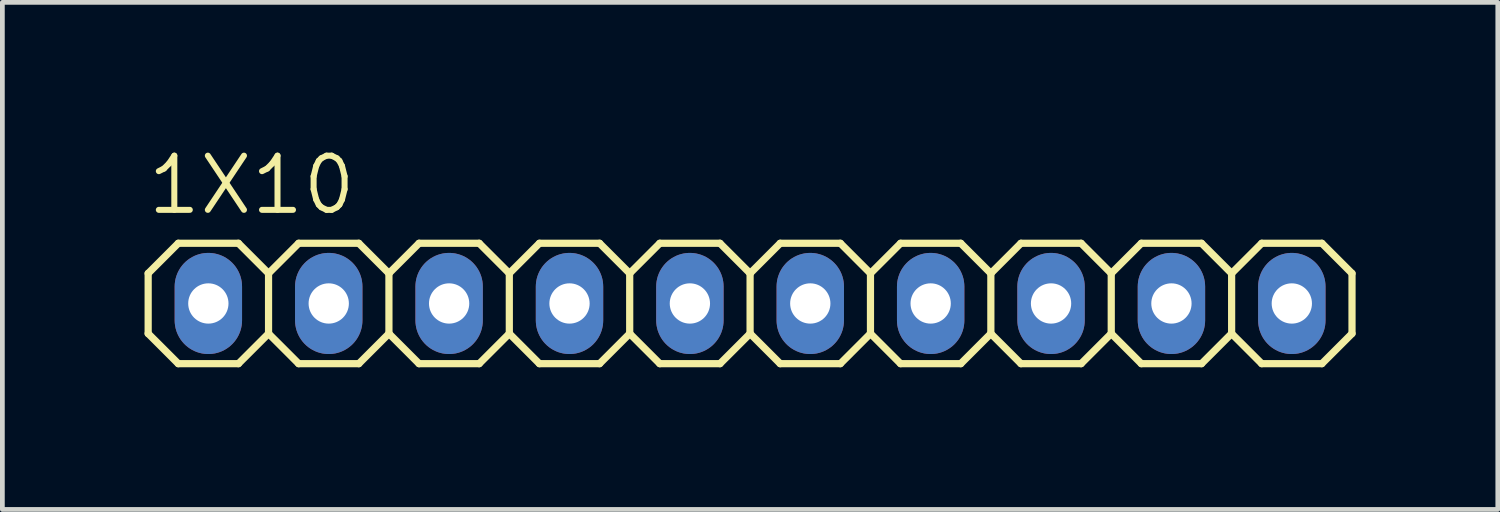
<source format=kicad_pcb>
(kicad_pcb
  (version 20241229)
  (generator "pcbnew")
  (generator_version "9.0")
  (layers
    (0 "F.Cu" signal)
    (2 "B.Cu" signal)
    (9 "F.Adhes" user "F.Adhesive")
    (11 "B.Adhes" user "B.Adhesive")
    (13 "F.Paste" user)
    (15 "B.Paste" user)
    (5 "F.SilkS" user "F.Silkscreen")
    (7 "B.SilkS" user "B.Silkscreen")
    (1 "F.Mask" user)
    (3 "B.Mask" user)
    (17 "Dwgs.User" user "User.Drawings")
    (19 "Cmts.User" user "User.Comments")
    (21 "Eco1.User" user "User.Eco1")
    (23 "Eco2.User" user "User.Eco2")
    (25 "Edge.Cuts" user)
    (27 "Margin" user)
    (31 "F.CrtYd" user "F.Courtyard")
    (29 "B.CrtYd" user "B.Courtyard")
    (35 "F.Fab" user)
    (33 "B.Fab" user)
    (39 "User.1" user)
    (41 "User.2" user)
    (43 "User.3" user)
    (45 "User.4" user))
  (footprint "1X10"
    (layer "F.Cu")
    (at 12.776 3.353)
    (property "Reference" "1X10" (at -12.776 -1.829 0) (layer "F.SilkS") (effects (font (size 1.143 1.143) (thickness 0.127)) (justify left bottom)))
    (fp_line (start -12.7 -0.635) (end -12.7 0.635) (stroke (width 0.152) (type solid)) (layer "F.SilkS"))
    (fp_line (start -12.7 0.635) (end -12.065 1.27) (stroke (width 0.152) (type solid)) (layer "F.SilkS"))
    (fp_line (start -12.065 -1.27) (end -12.7 -0.635) (stroke (width 0.152) (type solid)) (layer "F.SilkS"))
    (fp_line (start -12.065 -1.27) (end -10.795 -1.27) (stroke (width 0.152) (type solid)) (layer "F.SilkS"))
    (fp_line (start -10.795 -1.27) (end -10.16 -0.635) (stroke (width 0.152) (type solid)) (layer "F.SilkS"))
    (fp_line (start -10.795 1.27) (end -12.065 1.27) (stroke (width 0.152) (type solid)) (layer "F.SilkS"))
    (fp_line (start -10.16 -0.635) (end -10.16 0.635) (stroke (width 0.152) (type solid)) (layer "F.SilkS"))
    (fp_line (start -10.16 -0.635) (end -9.525 -1.27) (stroke (width 0.152) (type solid)) (layer "F.SilkS"))
    (fp_line (start -10.16 0.635) (end -10.795 1.27) (stroke (width 0.152) (type solid)) (layer "F.SilkS"))
    (fp_line (start -9.525 -1.27) (end -8.255 -1.27) (stroke (width 0.152) (type solid)) (layer "F.SilkS"))
    (fp_line (start -9.525 1.27) (end -10.16 0.635) (stroke (width 0.152) (type solid)) (layer "F.SilkS"))
    (fp_line (start -8.255 -1.27) (end -7.62 -0.635) (stroke (width 0.152) (type solid)) (layer "F.SilkS"))
    (fp_line (start -8.255 1.27) (end -9.525 1.27) (stroke (width 0.152) (type solid)) (layer "F.SilkS"))
    (fp_line (start -7.62 -0.635) (end -7.62 0.635) (stroke (width 0.152) (type solid)) (layer "F.SilkS"))
    (fp_line (start -7.62 -0.635) (end -6.985 -1.27) (stroke (width 0.152) (type solid)) (layer "F.SilkS"))
    (fp_line (start -7.62 0.635) (end -8.255 1.27) (stroke (width 0.152) (type solid)) (layer "F.SilkS"))
    (fp_line (start -6.985 -1.27) (end -5.715 -1.27) (stroke (width 0.152) (type solid)) (layer "F.SilkS"))
    (fp_line (start -6.985 1.27) (end -7.62 0.635) (stroke (width 0.152) (type solid)) (layer "F.SilkS"))
    (fp_line (start -5.715 -1.27) (end -5.08 -0.635) (stroke (width 0.152) (type solid)) (layer "F.SilkS"))
    (fp_line (start -5.715 1.27) (end -6.985 1.27) (stroke (width 0.152) (type solid)) (layer "F.SilkS"))
    (fp_line (start -5.08 -0.635) (end -5.08 0.635) (stroke (width 0.152) (type solid)) (layer "F.SilkS"))
    (fp_line (start -5.08 0.635) (end -5.715 1.27) (stroke (width 0.152) (type solid)) (layer "F.SilkS"))
    (fp_line (start -5.08 0.635) (end -4.445 1.27) (stroke (width 0.152) (type solid)) (layer "F.SilkS"))
    (fp_line (start -4.445 -1.27) (end -5.08 -0.635) (stroke (width 0.152) (type solid)) (layer "F.SilkS"))
    (fp_line (start -4.445 -1.27) (end -3.175 -1.27) (stroke (width 0.152) (type solid)) (layer "F.SilkS"))
    (fp_line (start -3.175 -1.27) (end -2.54 -0.635) (stroke (width 0.152) (type solid)) (layer "F.SilkS"))
    (fp_line (start -3.175 1.27) (end -4.445 1.27) (stroke (width 0.152) (type solid)) (layer "F.SilkS"))
    (fp_line (start -2.54 -0.635) (end -2.54 0.635) (stroke (width 0.152) (type solid)) (layer "F.SilkS"))
    (fp_line (start -2.54 -0.635) (end -1.905 -1.27) (stroke (width 0.152) (type solid)) (layer "F.SilkS"))
    (fp_line (start -2.54 0.635) (end -3.175 1.27) (stroke (width 0.152) (type solid)) (layer "F.SilkS"))
    (fp_line (start -1.905 -1.27) (end -0.635 -1.27) (stroke (width 0.152) (type solid)) (layer "F.SilkS"))
    (fp_line (start -1.905 1.27) (end -2.54 0.635) (stroke (width 0.152) (type solid)) (layer "F.SilkS"))
    (fp_line (start -0.635 -1.27) (end 0 -0.635) (stroke (width 0.152) (type solid)) (layer "F.SilkS"))
    (fp_line (start -0.635 1.27) (end -1.905 1.27) (stroke (width 0.152) (type solid)) (layer "F.SilkS"))
    (fp_line (start 0 -0.635) (end 0 0.635) (stroke (width 0.152) (type solid)) (layer "F.SilkS"))
    (fp_line (start 0 -0.635) (end 0.635 -1.27) (stroke (width 0.152) (type solid)) (layer "F.SilkS"))
    (fp_line (start 0 0.635) (end -0.635 1.27) (stroke (width 0.152) (type solid)) (layer "F.SilkS"))
    (fp_line (start 0.635 -1.27) (end 1.905 -1.27) (stroke (width 0.152) (type solid)) (layer "F.SilkS"))
    (fp_line (start 0.635 1.27) (end 0 0.635) (stroke (width 0.152) (type solid)) (layer "F.SilkS"))
    (fp_line (start 1.905 -1.27) (end 2.54 -0.635) (stroke (width 0.152) (type solid)) (layer "F.SilkS"))
    (fp_line (start 1.905 1.27) (end 0.635 1.27) (stroke (width 0.152) (type solid)) (layer "F.SilkS"))
    (fp_line (start 2.54 -0.635) (end 2.54 0.635) (stroke (width 0.152) (type solid)) (layer "F.SilkS"))
    (fp_line (start 2.54 0.635) (end 1.905 1.27) (stroke (width 0.152) (type solid)) (layer "F.SilkS"))
    (fp_line (start 2.54 0.635) (end 3.175 1.27) (stroke (width 0.152) (type solid)) (layer "F.SilkS"))
    (fp_line (start 3.175 -1.27) (end 2.54 -0.635) (stroke (width 0.152) (type solid)) (layer "F.SilkS"))
    (fp_line (start 3.175 -1.27) (end 4.445 -1.27) (stroke (width 0.152) (type solid)) (layer "F.SilkS"))
    (fp_line (start 4.445 -1.27) (end 5.08 -0.635) (stroke (width 0.152) (type solid)) (layer "F.SilkS"))
    (fp_line (start 4.445 1.27) (end 3.175 1.27) (stroke (width 0.152) (type solid)) (layer "F.SilkS"))
    (fp_line (start 5.08 -0.635) (end 5.08 0.635) (stroke (width 0.152) (type solid)) (layer "F.SilkS"))
    (fp_line (start 5.08 -0.635) (end 5.715 -1.27) (stroke (width 0.152) (type solid)) (layer "F.SilkS"))
    (fp_line (start 5.08 0.635) (end 4.445 1.27) (stroke (width 0.152) (type solid)) (layer "F.SilkS"))
    (fp_line (start 5.715 -1.27) (end 6.985 -1.27) (stroke (width 0.152) (type solid)) (layer "F.SilkS"))
    (fp_line (start 5.715 1.27) (end 5.08 0.635) (stroke (width 0.152) (type solid)) (layer "F.SilkS"))
    (fp_line (start 6.985 -1.27) (end 7.62 -0.635) (stroke (width 0.152) (type solid)) (layer "F.SilkS"))
    (fp_line (start 6.985 1.27) (end 5.715 1.27) (stroke (width 0.152) (type solid)) (layer "F.SilkS"))
    (fp_line (start 7.62 -0.635) (end 7.62 0.635) (stroke (width 0.152) (type solid)) (layer "F.SilkS"))
    (fp_line (start 7.62 -0.635) (end 8.255 -1.27) (stroke (width 0.152) (type solid)) (layer "F.SilkS"))
    (fp_line (start 7.62 0.635) (end 6.985 1.27) (stroke (width 0.152) (type solid)) (layer "F.SilkS"))
    (fp_line (start 8.255 -1.27) (end 9.525 -1.27) (stroke (width 0.152) (type solid)) (layer "F.SilkS"))
    (fp_line (start 8.255 1.27) (end 7.62 0.635) (stroke (width 0.152) (type solid)) (layer "F.SilkS"))
    (fp_line (start 9.525 -1.27) (end 10.16 -0.635) (stroke (width 0.152) (type solid)) (layer "F.SilkS"))
    (fp_line (start 9.525 1.27) (end 8.255 1.27) (stroke (width 0.152) (type solid)) (layer "F.SilkS"))
    (fp_line (start 10.16 -0.635) (end 10.16 0.635) (stroke (width 0.152) (type solid)) (layer "F.SilkS"))
    (fp_line (start 10.16 0.635) (end 9.525 1.27) (stroke (width 0.152) (type solid)) (layer "F.SilkS"))
    (fp_line (start 10.16 0.635) (end 10.795 1.27) (stroke (width 0.152) (type solid)) (layer "F.SilkS"))
    (fp_line (start 10.795 -1.27) (end 10.16 -0.635) (stroke (width 0.152) (type solid)) (layer "F.SilkS"))
    (fp_line (start 10.795 -1.27) (end 12.065 -1.27) (stroke (width 0.152) (type solid)) (layer "F.SilkS"))
    (fp_line (start 12.065 -1.27) (end 12.7 -0.635) (stroke (width 0.152) (type solid)) (layer "F.SilkS"))
    (fp_line (start 12.065 1.27) (end 10.795 1.27) (stroke (width 0.152) (type solid)) (layer "F.SilkS"))
    (fp_line (start 12.7 -0.635) (end 12.7 0.635) (stroke (width 0.152) (type solid)) (layer "F.SilkS"))
    (fp_line (start 12.7 0.635) (end 12.065 1.27) (stroke (width 0.152) (type solid)) (layer "F.SilkS"))
    (fp_poly (pts (xy -11.684 0.254) (xy -11.176 0.254) (xy -11.176 -0.254) (xy -11.684 -0.254)) (stroke (width 0.1) (type solid)) (fill no) (layer "F.Fab"))
    (fp_poly (pts (xy -9.144 0.254) (xy -8.636 0.254) (xy -8.636 -0.254) (xy -9.144 -0.254)) (stroke (width 0.1) (type solid)) (fill no) (layer "F.Fab"))
    (fp_poly (pts (xy -6.604 0.254) (xy -6.096 0.254) (xy -6.096 -0.254) (xy -6.604 -0.254)) (stroke (width 0.1) (type solid)) (fill no) (layer "F.Fab"))
    (fp_poly (pts (xy -4.064 0.254) (xy -3.556 0.254) (xy -3.556 -0.254) (xy -4.064 -0.254)) (stroke (width 0.1) (type solid)) (fill no) (layer "F.Fab"))
    (fp_poly (pts (xy -1.524 0.254) (xy -1.016 0.254) (xy -1.016 -0.254) (xy -1.524 -0.254)) (stroke (width 0.1) (type solid)) (fill no) (layer "F.Fab"))
    (fp_poly (pts (xy 1.016 0.254) (xy 1.524 0.254) (xy 1.524 -0.254) (xy 1.016 -0.254)) (stroke (width 0.1) (type solid)) (fill no) (layer "F.Fab"))
    (fp_poly (pts (xy 3.556 0.254) (xy 4.064 0.254) (xy 4.064 -0.254) (xy 3.556 -0.254)) (stroke (width 0.1) (type solid)) (fill no) (layer "F.Fab"))
    (fp_poly (pts (xy 6.096 0.254) (xy 6.604 0.254) (xy 6.604 -0.254) (xy 6.096 -0.254)) (stroke (width 0.1) (type solid)) (fill no) (layer "F.Fab"))
    (fp_poly (pts (xy 8.636 0.254) (xy 9.144 0.254) (xy 9.144 -0.254) (xy 8.636 -0.254)) (stroke (width 0.1) (type solid)) (fill no) (layer "F.Fab"))
    (fp_poly (pts (xy 11.176 0.254) (xy 11.684 0.254) (xy 11.684 -0.254) (xy 11.176 -0.254)) (stroke (width 0.1) (type solid)) (fill no) (layer "F.Fab"))
    (pad "1" thru_hole oval (at -11.43 0 90) (size 2.134 1.422) (drill 0.85) (layers "*.Cu" "*.Mask"))
    (pad "2" thru_hole oval (at -8.89 0 90) (size 2.134 1.422) (drill 0.85) (layers "*.Cu" "*.Mask"))
    (pad "3" thru_hole oval (at -6.35 0 90) (size 2.134 1.422) (drill 0.85) (layers "*.Cu" "*.Mask"))
    (pad "4" thru_hole oval (at -3.81 0 90) (size 2.134 1.422) (drill 0.85) (layers "*.Cu" "*.Mask"))
    (pad "5" thru_hole oval (at -1.27 0 90) (size 2.134 1.422) (drill 0.85) (layers "*.Cu" "*.Mask"))
    (pad "6" thru_hole oval (at 1.27 0 90) (size 2.134 1.422) (drill 0.85) (layers "*.Cu" "*.Mask"))
    (pad "7" thru_hole oval (at 3.81 0 90) (size 2.134 1.422) (drill 0.85) (layers "*.Cu" "*.Mask"))
    (pad "8" thru_hole oval (at 6.35 0 90) (size 2.134 1.422) (drill 0.85) (layers "*.Cu" "*.Mask"))
    (pad "9" thru_hole oval (at 8.89 0 90) (size 2.134 1.422) (drill 0.85) (layers "*.Cu" "*.Mask"))
    (pad "10" thru_hole oval (at 11.43 0 90) (size 2.134 1.422) (drill 0.85) (layers "*.Cu" "*.Mask")))
  (gr_rect
    (start -3 -3)
    (end 28.552 7.699)
    (stroke (width 0.1) (type default))
    (fill no)
    (layer "Edge.Cuts")))
</source>
